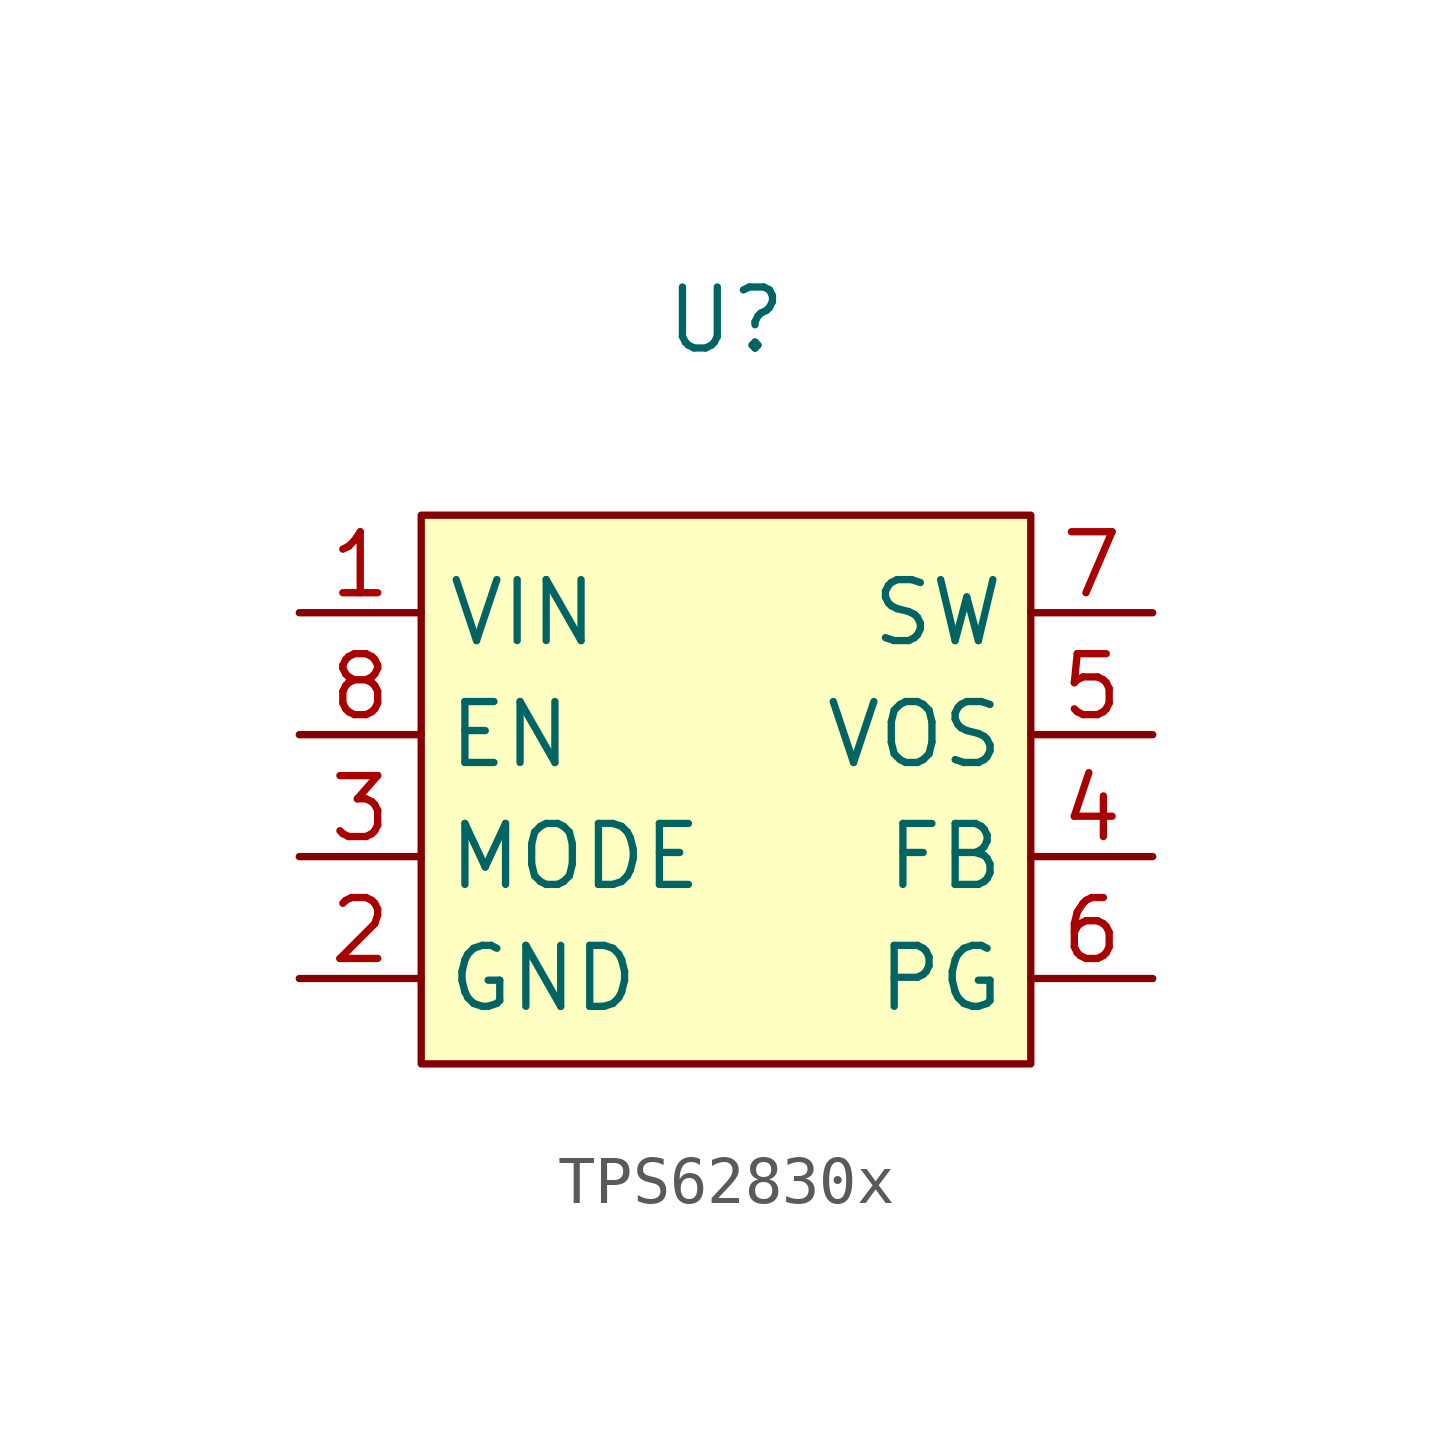
<source format=kicad_sym>
(kicad_symbol_lib
  (version 20241209)
  (generator "kicad_symbol_editor")
  (generator_version "9.0")
  (symbol "TPS62830x"
    (property "Reference" "U"
      (at 0 9.906 0)
      (effects (font (size 1.27 1.27))))
    (property "Value" ""
      (at 0 2.54 0)
      (effects (font (size 1.27 1.27))))
    (symbol "TPS62830x_1_1"
      (rectangle (start -6.35 5.842) (end 6.35 -5.588) (stroke (width 0) (type solid)) (fill (type background)))
      (pin power_in line (at -8.89 3.81 0) (length 2.54) (name "VIN" (effects (font (size 1.27 1.27)))) (number "1" (effects (font (size 1.27 1.27)))))
      (pin input line (at -8.89 1.27 0) (length 2.54) (name "EN" (effects (font (size 1.27 1.27)))) (number "8" (effects (font (size 1.27 1.27)))))
      (pin input line (at -8.89 -1.27 0) (length 2.54) (name "MODE" (effects (font (size 1.27 1.27)))) (number "3" (effects (font (size 1.27 1.27)))))
      (pin power_in line (at -8.89 -3.81 0) (length 2.54) (name "GND" (effects (font (size 1.27 1.27)))) (number "2" (effects (font (size 1.27 1.27)))))
      (pin power_out line (at 8.89 3.81 180) (length 2.54) (name "SW" (effects (font (size 1.27 1.27)))) (number "7" (effects (font (size 1.27 1.27)))))
      (pin input line (at 8.89 1.27 180) (length 2.54) (name "VOS" (effects (font (size 1.27 1.27)))) (number "5" (effects (font (size 1.27 1.27)))))
      (pin input line (at 8.89 -1.27 180) (length 2.54) (name "FB" (effects (font (size 1.27 1.27)))) (number "4" (effects (font (size 1.27 1.27)))))
      (pin output line (at 8.89 -3.81 180) (length 2.54) (name "PG" (effects (font (size 1.27 1.27)))) (number "6" (effects (font (size 1.27 1.27))))))))
</source>
